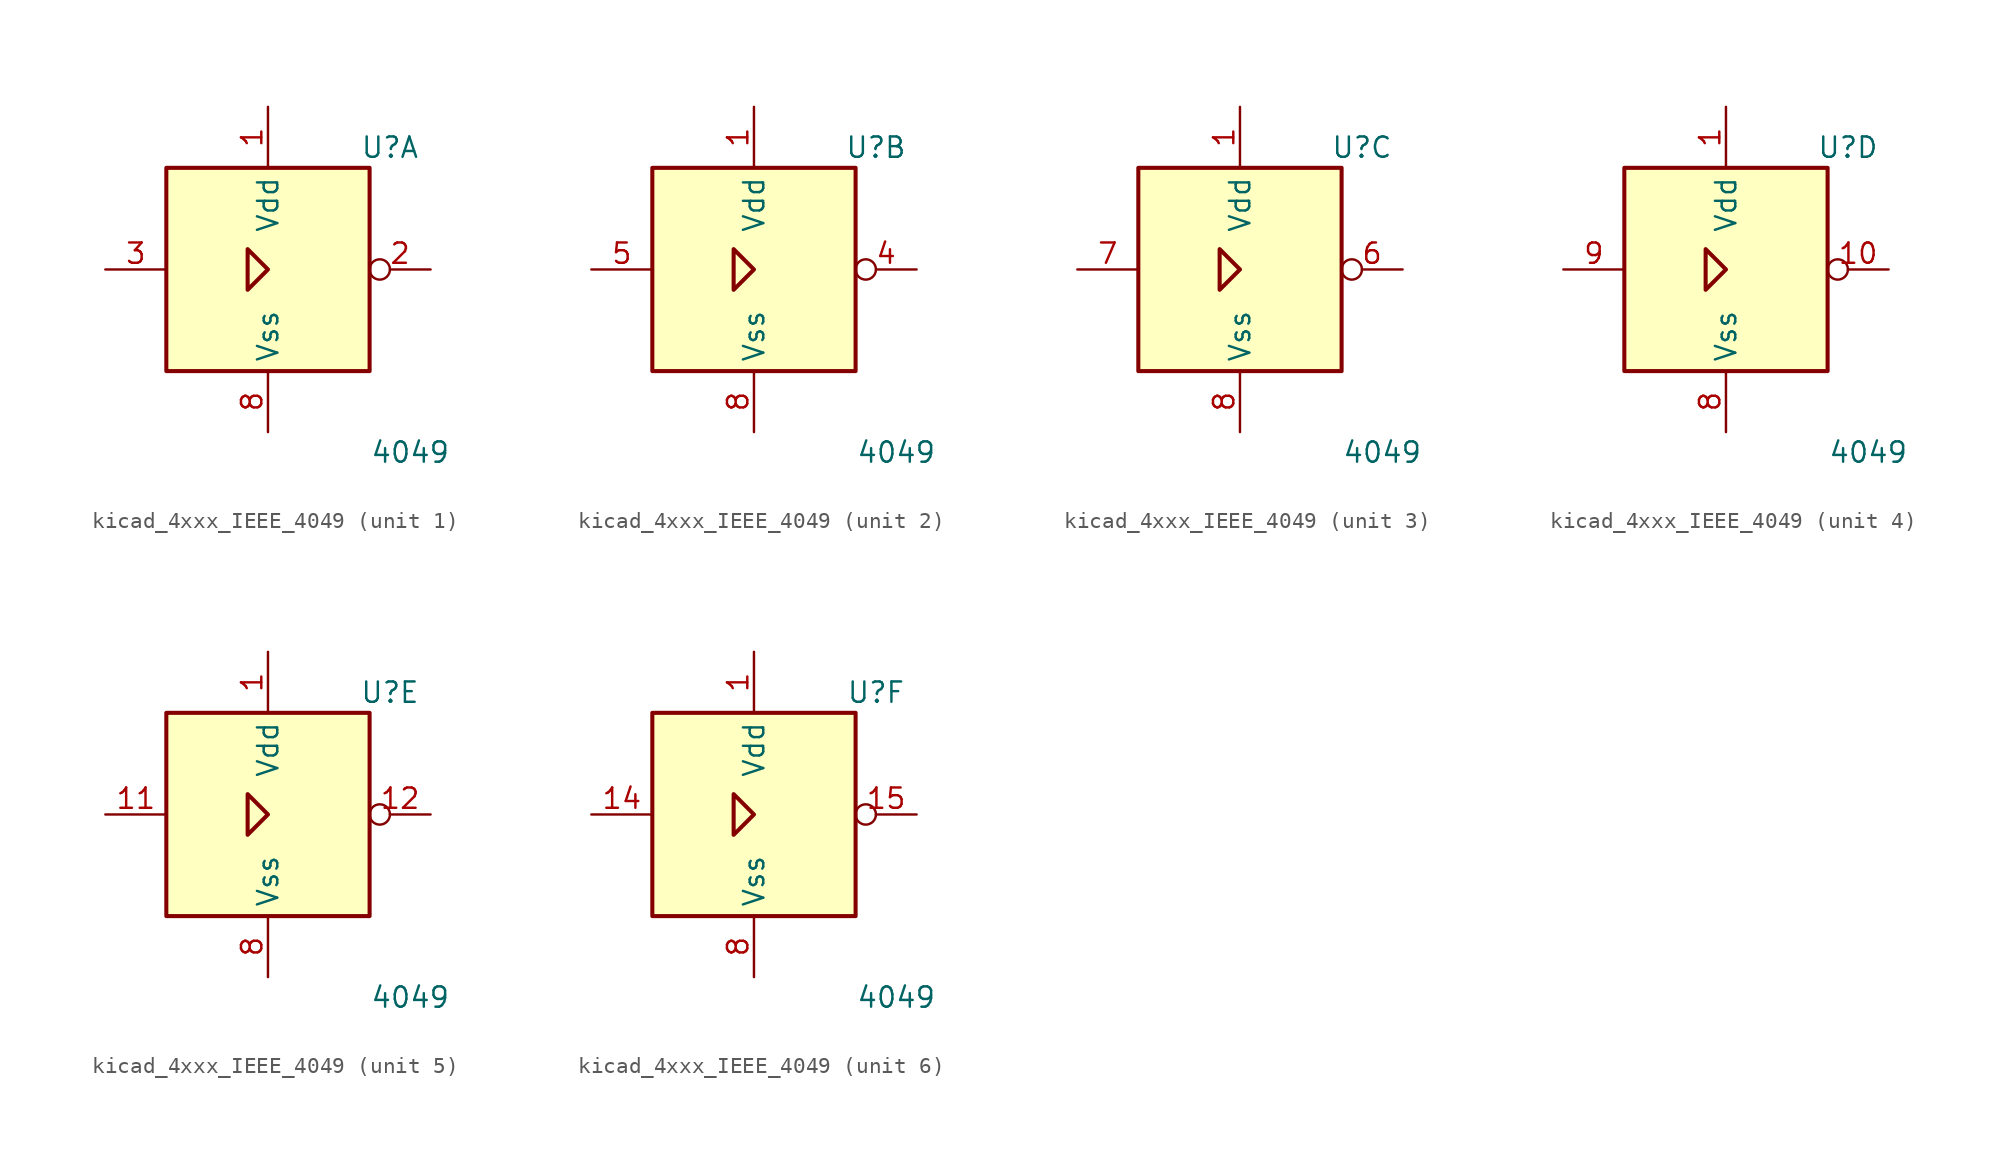
<source format=kicad_sym>
(kicad_symbol_lib
  (version 20220914)
  (generator kicad_symbol_editor)
  (symbol "kicad_4xxx_IEEE_4049"
    (property "Reference" "U"
      (at 7.62 7.62 0)
      (effects (font (size 1.27 1.27))))
    (property "Value" "4049"
      (at 8.89 -11.43 0)
      (effects (font (size 1.27 1.27))))
    (symbol "kicad_4xxx_IEEE_4049_0_0"
      (polyline (pts (xy -1.27 1.27) (xy -1.27 -1.27) (xy 0 0) (xy -1.27 1.27) (xy -1.27 1.27)) (stroke (width 0.254) (type default)) (fill (type background)))
      (pin power_in line (at 0 10.16 270) (length 3.81) (name "Vdd" (effects (font (size 1.27 1.27)))) (number "1" (effects (font (size 1.27 1.27)))))
      (pin power_in line (at 0 -10.16 90) (length 3.81) (name "Vss" (effects (font (size 1.27 1.27)))) (number "8" (effects (font (size 1.27 1.27))))))
    (symbol "kicad_4xxx_IEEE_4049_0_1"
      (rectangle (start -6.35 6.35) (end 6.35 -6.35) (stroke (width 0.254) (type default)) (fill (type background))))
    (symbol "kicad_4xxx_IEEE_4049_1_1"
      (pin output inverted (at 10.16 0 180) (length 3.81) (name "~" (effects (font (size 1.27 1.27)))) (number "2" (effects (font (size 1.27 1.27)))))
      (pin input line (at -10.16 0 0) (length 3.81) (name "~" (effects (font (size 1.27 1.27)))) (number "3" (effects (font (size 1.27 1.27))))))
    (symbol "kicad_4xxx_IEEE_4049_2_1"
      (pin output inverted (at 10.16 0 180) (length 3.81) (name "~" (effects (font (size 1.27 1.27)))) (number "4" (effects (font (size 1.27 1.27)))))
      (pin input line (at -10.16 0 0) (length 3.81) (name "~" (effects (font (size 1.27 1.27)))) (number "5" (effects (font (size 1.27 1.27))))))
    (symbol "kicad_4xxx_IEEE_4049_3_1"
      (pin output inverted (at 10.16 0 180) (length 3.81) (name "~" (effects (font (size 1.27 1.27)))) (number "6" (effects (font (size 1.27 1.27)))))
      (pin input line (at -10.16 0 0) (length 3.81) (name "~" (effects (font (size 1.27 1.27)))) (number "7" (effects (font (size 1.27 1.27))))))
    (symbol "kicad_4xxx_IEEE_4049_4_1"
      (pin output inverted (at 10.16 0 180) (length 3.81) (name "~" (effects (font (size 1.27 1.27)))) (number "10" (effects (font (size 1.27 1.27)))))
      (pin input line (at -10.16 0 0) (length 3.81) (name "~" (effects (font (size 1.27 1.27)))) (number "9" (effects (font (size 1.27 1.27))))))
    (symbol "kicad_4xxx_IEEE_4049_5_1"
      (pin input line (at -10.16 0 0) (length 3.81) (name "~" (effects (font (size 1.27 1.27)))) (number "11" (effects (font (size 1.27 1.27)))))
      (pin output inverted (at 10.16 0 180) (length 3.81) (name "~" (effects (font (size 1.27 1.27)))) (number "12" (effects (font (size 1.27 1.27))))))
    (symbol "kicad_4xxx_IEEE_4049_6_1"
      (pin input line (at -10.16 0 0) (length 3.81) (name "~" (effects (font (size 1.27 1.27)))) (number "14" (effects (font (size 1.27 1.27)))))
      (pin output inverted (at 10.16 0 180) (length 3.81) (name "~" (effects (font (size 1.27 1.27)))) (number "15" (effects (font (size 1.27 1.27))))))))
</source>
